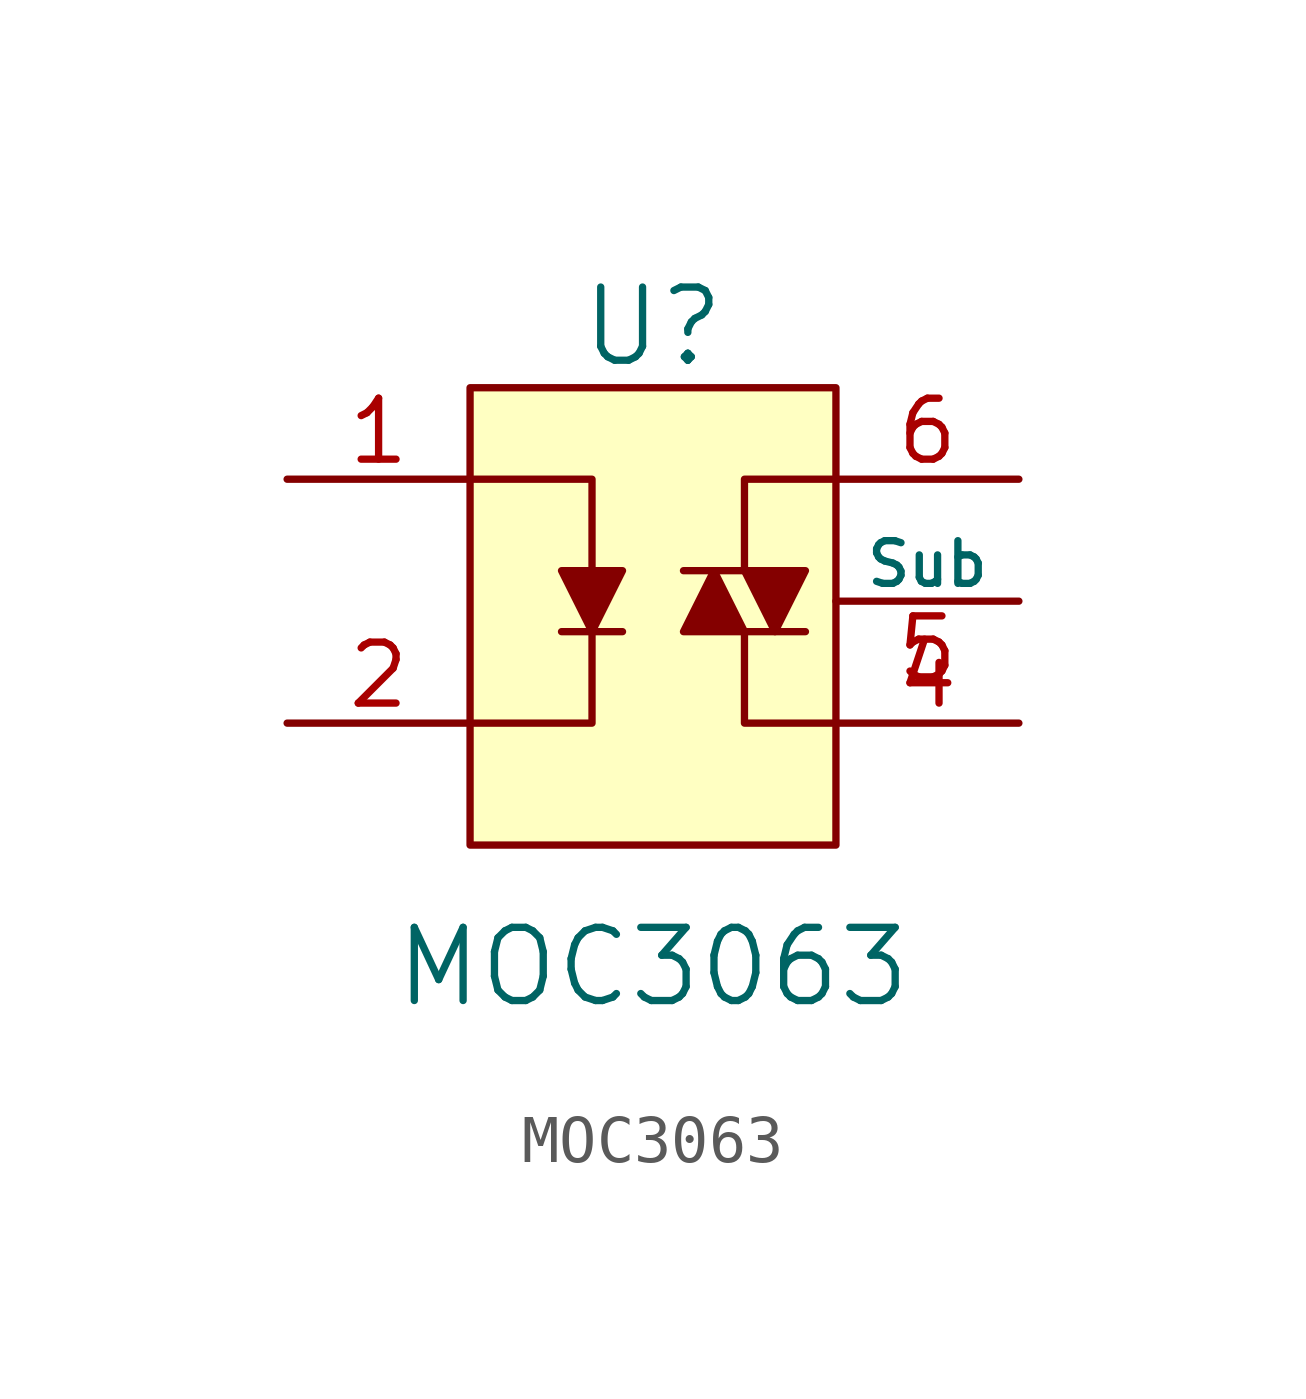
<source format=kicad_sym>
(kicad_symbol_lib
  (version 20231120)
  (generator "kicad_symbol_editor")
  (generator_version "8.0")
  (symbol "MOC3063"
    (pin_names
      (offset 0))
    (property "Reference" "U"
      (at 0 5.715 0)
      (effects (font (size 1.524 1.524))))
    (property "Value" "MOC3063"
      (at 0 -7.62 0)
      (effects (font (size 1.524 1.524))))
    (symbol "MOC3063_0_1"
      (rectangle (start -3.81 4.445) (end 3.81 -5.08) (stroke (width 0) (type solid)) (fill (type background)))
      (polyline (pts (xy -1.905 -0.635) (xy -0.635 -0.635)) (stroke (width 0) (type solid)) (fill (type none)))
      (polyline (pts (xy 1.905 -0.635) (xy 3.175 -0.635)) (stroke (width 0) (type solid)) (fill (type none)))
      (polyline (pts (xy 1.905 0.635) (xy 0.635 0.635)) (stroke (width 0) (type solid)) (fill (type none)))
      (polyline (pts (xy 1.905 -0.635) (xy 1.905 -2.54) (xy 3.81 -2.54)) (stroke (width 0) (type solid)) (fill (type none)))
      (polyline (pts (xy 3.81 2.54) (xy 1.905 2.54) (xy 1.905 0.635)) (stroke (width 0) (type solid)) (fill (type none)))
      (polyline (pts (xy -3.81 2.54) (xy -1.27 2.54) (xy -1.27 -2.54) (xy -3.81 -2.54)) (stroke (width 0) (type solid)) (fill (type none)))
      (polyline (pts (xy -1.905 0.635) (xy -1.27 -0.635) (xy -0.635 0.635) (xy -1.905 0.635)) (stroke (width 0) (type solid)) (fill (type outline)))
      (polyline (pts (xy 0.635 -0.635) (xy 1.27 0.635) (xy 1.905 -0.635) (xy 0.635 -0.635)) (stroke (width 0) (type solid)) (fill (type outline)))
      (polyline (pts (xy 1.905 0.635) (xy 2.54 -0.635) (xy 3.175 0.635) (xy 1.905 0.635)) (stroke (width 0) (type solid)) (fill (type outline))))
    (symbol "MOC3063_1_1"
      (pin passive line (at -7.62 2.54 0) (length 3.81) (name "~" (effects (font (size 1.27 1.27)))) (number "1" (effects (font (size 1.27 1.27)))))
      (pin passive line (at -7.62 -2.54 0) (length 3.81) (name "~" (effects (font (size 1.27 1.27)))) (number "2" (effects (font (size 1.27 1.27)))))
      (pin no_connect line (at 0 -5.08 90) (length 3.81) hide (name "NC" (effects (font (size 1.016 1.016)))) (number "3" (effects (font (size 1.27 1.27)))))
      (pin passive line (at 7.62 -2.54 180) (length 3.81) (name "~" (effects (font (size 1.27 1.27)))) (number "4" (effects (font (size 1.27 1.27)))))
      (pin passive line (at 7.62 0 180) (length 3.81) (name "Sub" (effects (font (size 0.889 0.889)))) (number "5" (effects (font (size 1.27 1.27)))))
      (pin passive line (at 7.62 2.54 180) (length 3.81) (name "~" (effects (font (size 1.27 1.27)))) (number "6" (effects (font (size 1.27 1.27))))))))
</source>
